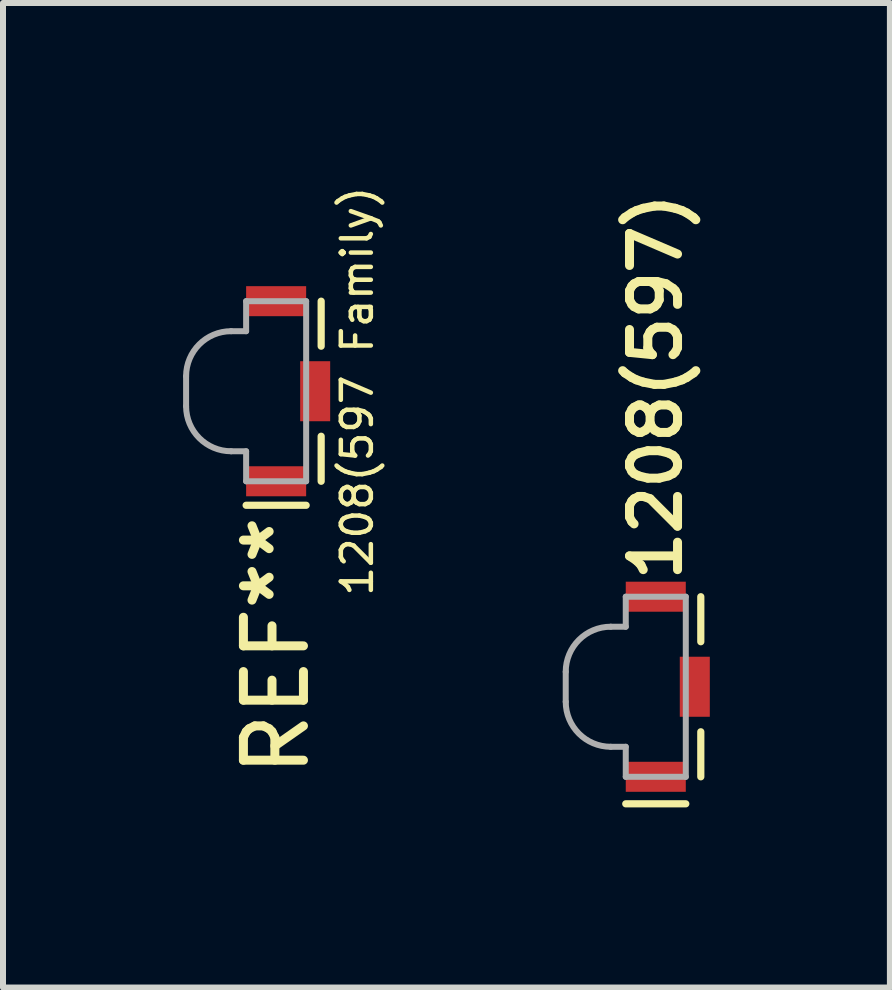
<source format=kicad_pcb>
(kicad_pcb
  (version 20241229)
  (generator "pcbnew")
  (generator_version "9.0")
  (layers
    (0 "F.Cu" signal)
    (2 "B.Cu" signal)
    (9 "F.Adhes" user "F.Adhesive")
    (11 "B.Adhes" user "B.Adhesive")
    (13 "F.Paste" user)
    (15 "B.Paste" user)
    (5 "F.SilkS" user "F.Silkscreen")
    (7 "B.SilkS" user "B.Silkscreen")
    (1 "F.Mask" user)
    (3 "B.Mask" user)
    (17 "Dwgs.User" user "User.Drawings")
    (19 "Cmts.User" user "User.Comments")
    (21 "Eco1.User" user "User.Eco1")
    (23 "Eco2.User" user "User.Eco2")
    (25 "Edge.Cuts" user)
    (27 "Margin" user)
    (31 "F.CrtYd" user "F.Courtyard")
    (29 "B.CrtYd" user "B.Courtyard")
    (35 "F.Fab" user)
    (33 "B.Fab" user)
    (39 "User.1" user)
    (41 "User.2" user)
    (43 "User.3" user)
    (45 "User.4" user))
  (footprint "1208(597 Family)"
    (layer "F.Cu")
    (at 1.55 3.467)
    (property "Reference" "1208(597 Family)" (at 1.35 0 90) (unlocked yes) (layer "F.SilkS") (effects (font (size 0.5 0.5) (thickness 0.075))))
    (fp_line (start 0.5 1.9) (end -0.5 1.9) (stroke (width 0.12) (type solid)) (layer "F.SilkS"))
    (fp_line (start 0.75 -1.5) (end 0.75 -0.75) (stroke (width 0.12) (type solid)) (layer "F.SilkS"))
    (fp_line (start 0.75 0.75) (end 0.75 1.5) (stroke (width 0.12) (type solid)) (layer "F.SilkS"))
    (fp_line (start -1.5 0.25) (end -1.5 -0.25) (stroke (width 0.1) (type solid)) (layer "F.Fab"))
    (fp_line (start -0.75 1) (end -0.5 1) (stroke (width 0.1) (type solid)) (layer "F.Fab"))
    (fp_line (start -0.5 -1.5) (end -0.5 -1) (stroke (width 0.1) (type solid)) (layer "F.Fab"))
    (fp_line (start -0.5 -1) (end -0.75 -1) (stroke (width 0.1) (type solid)) (layer "F.Fab"))
    (fp_line (start -0.5 1.5) (end -0.5 1) (stroke (width 0.1) (type solid)) (layer "F.Fab"))
    (fp_line (start -0.5 1.5) (end 0.5 1.5) (stroke (width 0.1) (type solid)) (layer "F.Fab"))
    (fp_line (start 0.5 -1.5) (end -0.5 -1.5) (stroke (width 0.1) (type solid)) (layer "F.Fab"))
    (fp_line (start 0.5 -1.5) (end 0.5 1.5) (stroke (width 0.1) (type solid)) (layer "F.Fab"))
    (fp_arc (start -1.5 -0.25) (mid -1.28033 -0.78033) (end -0.75 -1) (stroke (width 0.1) (type solid)) (layer "F.Fab"))
    (fp_arc (start -0.75 1) (mid -1.28033 0.78033) (end -1.5 0.25) (stroke (width 0.1) (type solid)) (layer "F.Fab"))
    (fp_text user "REF**" (at 0 2 90) (unlocked yes) (layer "F.SilkS") (effects (font (size 1 1) (thickness 0.15)) (justify right)))
    (pad "" smd rect (at 0.65 0) (size 0.5 1) (layers "F.Cu" "F.Mask" "F.Paste"))
    (pad "1" smd rect (at 0 1.5) (size 1 0.5) (layers "F.Cu" "F.Mask" "F.Paste"))
    (pad "2" smd rect (at 0 -1.5) (size 1 0.5) (layers "F.Cu" "F.Mask" "F.Paste")))
  (footprint "1208(597)"
    (layer "F.Cu")
    (at 7.874 8.39)
    (property "Reference" "1208(597)" (at 0 -1.7 90) (unlocked yes) (layer "F.SilkS") (effects (font (size 0.8 0.8) (thickness 0.15)) (justify left)))
    (attr smd)
    (fp_line (start 0.5 1.95) (end -0.5 1.95) (stroke (width 0.12) (type solid)) (layer "F.SilkS"))
    (fp_line (start 0.75 -1.5) (end 0.75 -0.75) (stroke (width 0.12) (type solid)) (layer "F.SilkS"))
    (fp_line (start 0.75 0.75) (end 0.75 1.5) (stroke (width 0.12) (type solid)) (layer "F.SilkS"))
    (fp_line (start -1.5 0.25) (end -1.5 -0.25) (stroke (width 0.1) (type solid)) (layer "F.Fab"))
    (fp_line (start -0.75 1) (end -0.5 1) (stroke (width 0.1) (type solid)) (layer "F.Fab"))
    (fp_line (start -0.5 -1.5) (end -0.5 -1) (stroke (width 0.1) (type solid)) (layer "F.Fab"))
    (fp_line (start -0.5 -1) (end -0.75 -1) (stroke (width 0.1) (type solid)) (layer "F.Fab"))
    (fp_line (start -0.5 1.5) (end -0.5 1) (stroke (width 0.1) (type solid)) (layer "F.Fab"))
    (fp_line (start -0.5 1.5) (end 0.5 1.5) (stroke (width 0.1) (type solid)) (layer "F.Fab"))
    (fp_line (start 0.5 -1.5) (end -0.5 -1.5) (stroke (width 0.1) (type solid)) (layer "F.Fab"))
    (fp_line (start 0.5 -1.5) (end 0.5 1.5) (stroke (width 0.1) (type solid)) (layer "F.Fab"))
    (fp_arc (start -1.5 -0.25) (mid -1.28033 -0.78033) (end -0.75 -1) (stroke (width 0.1) (type solid)) (layer "F.Fab"))
    (fp_arc (start -0.75 1) (mid -1.28033 0.78033) (end -1.5 0.25) (stroke (width 0.1) (type solid)) (layer "F.Fab"))
    (pad "" smd rect (at 0.65 0) (size 0.5 1) (layers "F.Cu" "F.Mask" "F.Paste"))
    (pad "1" smd rect (at 0 1.5) (size 1 0.5) (layers "F.Cu" "F.Mask" "F.Paste"))
    (pad "2" smd rect (at 0 -1.5) (size 1 0.5) (layers "F.Cu" "F.Mask" "F.Paste")))
  (gr_rect
    (start -3 -3)
    (end 11.774 13.4)
    (stroke (width 0.1) (type default))
    (fill no)
    (layer "Edge.Cuts")))
</source>
